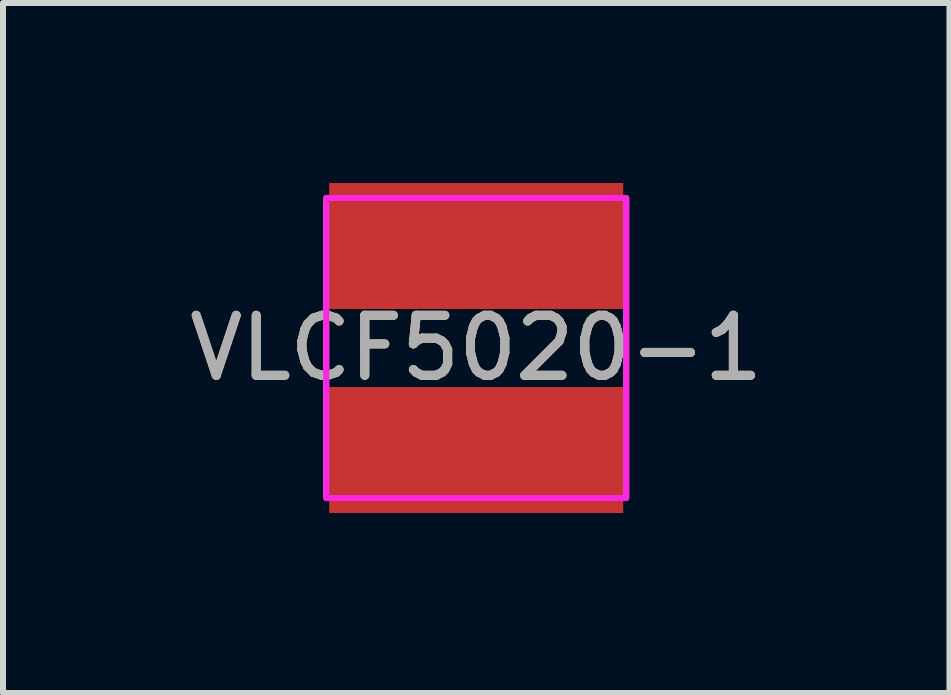
<source format=kicad_pcb>
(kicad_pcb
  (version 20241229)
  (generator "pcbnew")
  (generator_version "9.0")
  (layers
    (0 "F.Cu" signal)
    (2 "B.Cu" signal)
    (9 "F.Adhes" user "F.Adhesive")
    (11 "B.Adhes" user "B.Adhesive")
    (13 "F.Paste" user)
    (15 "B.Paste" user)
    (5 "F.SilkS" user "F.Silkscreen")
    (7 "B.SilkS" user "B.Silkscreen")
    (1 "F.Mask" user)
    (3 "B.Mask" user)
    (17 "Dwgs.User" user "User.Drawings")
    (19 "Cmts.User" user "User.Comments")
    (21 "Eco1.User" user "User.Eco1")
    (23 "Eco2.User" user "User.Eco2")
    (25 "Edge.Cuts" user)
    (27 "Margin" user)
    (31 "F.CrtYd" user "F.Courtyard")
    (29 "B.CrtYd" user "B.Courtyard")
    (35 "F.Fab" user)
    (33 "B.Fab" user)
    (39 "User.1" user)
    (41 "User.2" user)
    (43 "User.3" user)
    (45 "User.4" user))
  (footprint "VLCF5020-1"
    (layer "F.Cu")
    (at 4.887 2.75)
    (property "Reference" "VLCF5020-1" (at 0 0 0) (unlocked yes) (layer "F.SilkS") (effects (font (size 1 1) (thickness 0.15))))
    (attr smd)
    (fp_rect (start -2.5 -2.5) (end 2.5 2.5) (stroke (width 0.1) (type default)) (fill no) (layer "F.CrtYd"))
    (fp_rect (start -2.5 -2.5) (end 2.5 2.5) (stroke (width 0.1) (type default)) (fill no) (layer "F.Fab"))
    (fp_text user "${REFERENCE}" (at 0 0 0) (unlocked yes) (layer "F.Fab") (effects (font (size 1 1) (thickness 0.15))))
    (pad "1" smd rect (at 0 -1.7) (size 4.9 2.1) (layers "F.Cu" "F.Mask" "F.Paste"))
    (pad "2" smd rect (at 0 1.7) (size 4.9 2.1) (layers "F.Cu" "F.Mask" "F.Paste")))
  (gr_rect
    (start -3 -3)
    (end 12.774 8.5)
    (stroke (width 0.1) (type default))
    (fill no)
    (layer "Edge.Cuts")))
</source>
